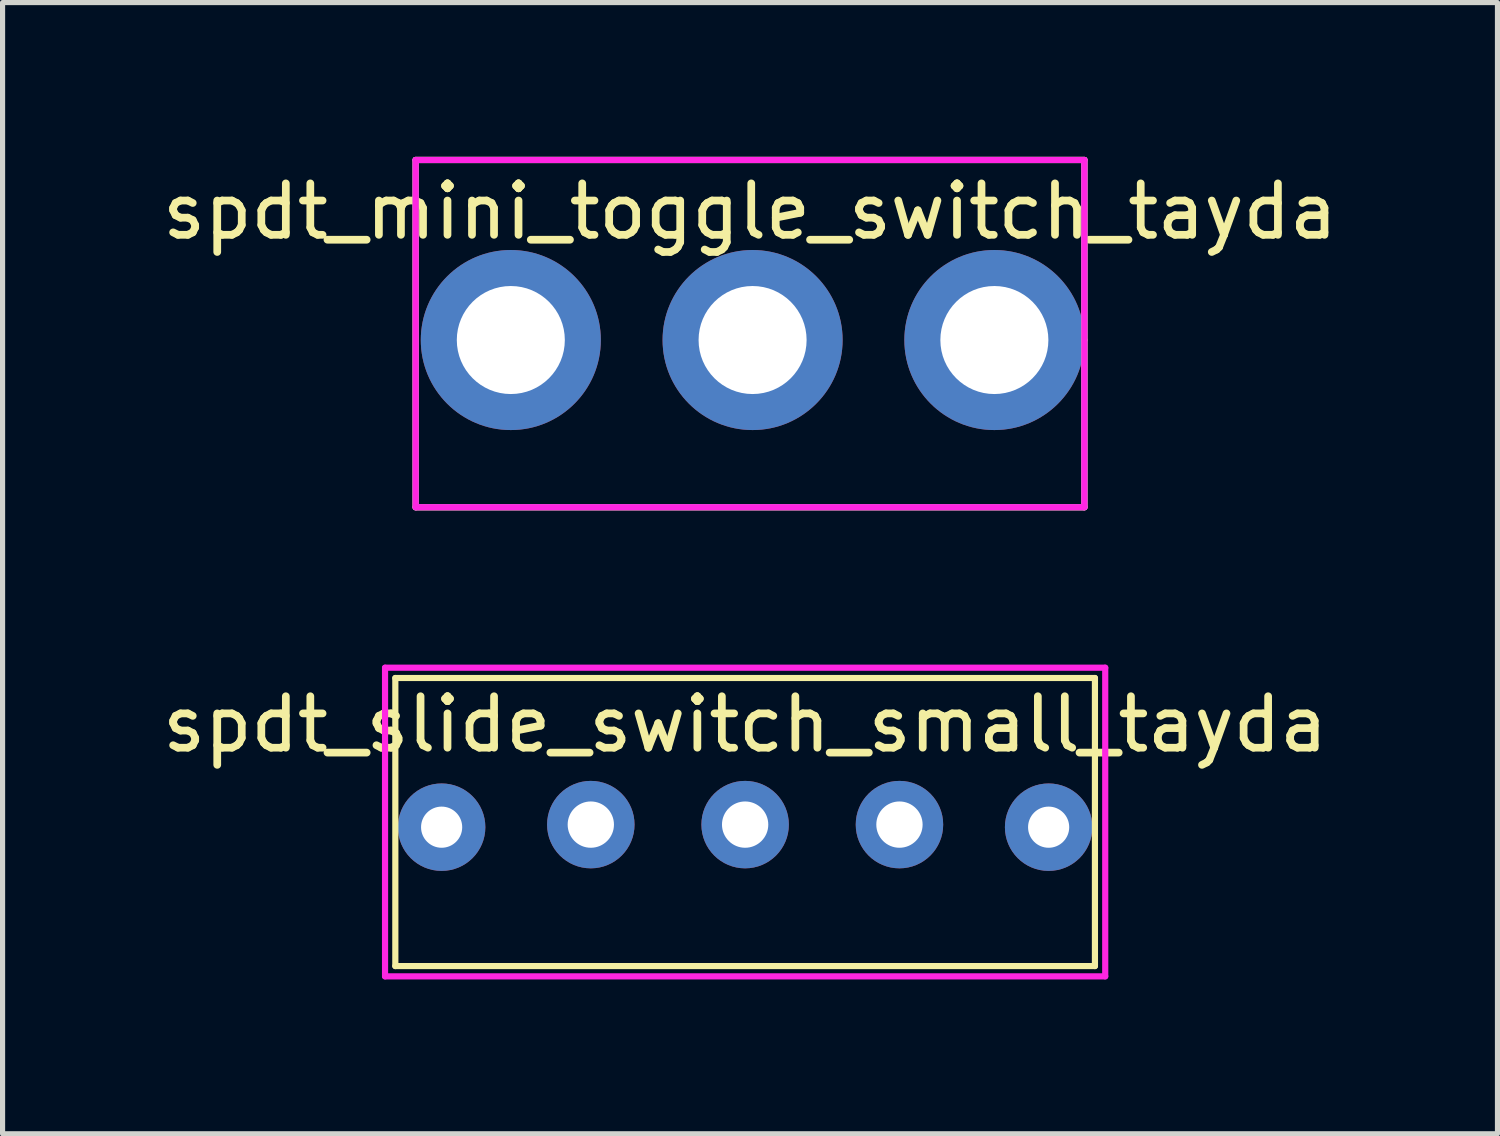
<source format=kicad_pcb>
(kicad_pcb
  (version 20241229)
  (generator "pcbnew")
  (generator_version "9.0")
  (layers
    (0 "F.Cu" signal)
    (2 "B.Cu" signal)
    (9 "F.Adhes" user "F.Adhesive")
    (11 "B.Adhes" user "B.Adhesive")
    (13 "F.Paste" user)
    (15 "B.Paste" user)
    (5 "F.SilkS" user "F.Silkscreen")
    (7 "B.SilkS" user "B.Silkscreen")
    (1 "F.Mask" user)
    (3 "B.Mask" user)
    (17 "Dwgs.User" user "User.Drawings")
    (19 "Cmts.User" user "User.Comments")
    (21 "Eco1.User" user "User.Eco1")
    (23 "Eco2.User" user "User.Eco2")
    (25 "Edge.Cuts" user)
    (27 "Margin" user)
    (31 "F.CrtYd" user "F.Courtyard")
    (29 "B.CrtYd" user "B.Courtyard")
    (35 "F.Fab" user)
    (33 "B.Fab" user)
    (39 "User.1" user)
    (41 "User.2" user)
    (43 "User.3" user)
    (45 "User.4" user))
  (footprint "spdt_slide_switch_small_tayda"
    (layer "F.Cu")
    (at 11.385 12.88)
    (property "Reference" "spdt_slide_switch_small_tayda" (at 0.05 -1.85 0) (layer "F.SilkS") (effects (font (size 1 1) (thickness 0.15))))
    (attr through_hole)
    (fp_line (start -6.75 -2.75) (end 6.85 -2.75) (stroke (width 0.12) (type solid)) (layer "F.SilkS"))
    (fp_line (start -6.75 2.85) (end -6.75 -2.75) (stroke (width 0.12) (type solid)) (layer "F.SilkS"))
    (fp_line (start 6.85 -2.75) (end 6.85 2.85) (stroke (width 0.12) (type solid)) (layer "F.SilkS"))
    (fp_line (start 6.85 2.85) (end -6.75 2.85) (stroke (width 0.12) (type solid)) (layer "F.SilkS"))
    (fp_line (start -6.95 -2.95) (end 7.05 -2.95) (stroke (width 0.12) (type solid)) (layer "F.CrtYd"))
    (fp_line (start -6.95 3.05) (end -6.95 -2.95) (stroke (width 0.12) (type solid)) (layer "F.CrtYd"))
    (fp_line (start 7.05 -2.95) (end 7.05 3.05) (stroke (width 0.12) (type solid)) (layer "F.CrtYd"))
    (fp_line (start 7.05 3.05) (end -6.95 3.05) (stroke (width 0.12) (type solid)) (layer "F.CrtYd"))
    (pad "" thru_hole circle (at -5.85 0.15) (size 1.7 1.7) (drill 0.8) (layers "*.Cu" "*.Mask"))
    (pad "" thru_hole circle (at 5.95 0.15) (size 1.7 1.7) (drill 0.8) (layers "*.Cu" "*.Mask"))
    (pad "1" thru_hole circle (at -2.95 0.1) (size 1.7 1.7) (drill 0.9) (layers "*.Cu" "*.Mask"))
    (pad "2" thru_hole circle (at 0.05 0.1) (size 1.7 1.7) (drill 0.9) (layers "*.Cu" "*.Mask"))
    (pad "3" thru_hole circle (at 3.05 0.1) (size 1.7 1.7) (drill 0.9) (layers "*.Cu" "*.Mask")))
  (footprint "spdt_mini_toggle_switch_tayda"
    (layer "F.Cu")
    (at 11.33 3.46)
    (property "Reference" "spdt_mini_toggle_switch_tayda" (at 0.2 -2.4 0) (layer "F.SilkS") (effects (font (size 1 1) (thickness 0.15))))
    (attr through_hole)
    (fp_line (start -6.3 -3.4) (end 6.7 -3.4) (stroke (width 0.12) (type solid)) (layer "F.SilkS"))
    (fp_line (start -6.3 3.35) (end -6.3 -3.4) (stroke (width 0.12) (type solid)) (layer "F.SilkS"))
    (fp_line (start 6.7 -3.4) (end 6.7 0.1) (stroke (width 0.12) (type solid)) (layer "F.SilkS"))
    (fp_line (start 6.7 0.1) (end 6.7 3.35) (stroke (width 0.12) (type solid)) (layer "F.SilkS"))
    (fp_line (start 6.7 3.35) (end -6.3 3.35) (stroke (width 0.12) (type solid)) (layer "F.SilkS"))
    (fp_line (start -6.3 -3.4) (end 6.7 -3.4) (stroke (width 0.12) (type solid)) (layer "F.CrtYd"))
    (fp_line (start -6.3 3.35) (end -6.3 -3.4) (stroke (width 0.12) (type solid)) (layer "F.CrtYd"))
    (fp_line (start 6.7 -3.4) (end 6.7 3.35) (stroke (width 0.12) (type solid)) (layer "F.CrtYd"))
    (fp_line (start 6.7 3.35) (end -6.3 3.35) (stroke (width 0.12) (type solid)) (layer "F.CrtYd"))
    (fp_line (start -6.3 -3.4) (end 6.7 -3.4) (stroke (width 0.12) (type solid)) (layer "F.Fab"))
    (fp_line (start -6.3 3.35) (end -6.3 -3.4) (stroke (width 0.12) (type solid)) (layer "F.Fab"))
    (fp_line (start 6.7 -3.4) (end 6.7 3.35) (stroke (width 0.12) (type solid)) (layer "F.Fab"))
    (fp_line (start 6.7 3.35) (end -6.3 3.35) (stroke (width 0.12) (type solid)) (layer "F.Fab"))
    (pad "1" thru_hole circle (at -4.45 0.1) (size 3.5 3.5) (drill 2.1) (layers "*.Cu" "*.Mask"))
    (pad "2" thru_hole circle (at 0.25 0.1) (size 3.5 3.5) (drill 2.1) (layers "*.Cu" "*.Mask"))
    (pad "3" thru_hole circle (at 4.95 0.1) (size 3.5 3.5) (drill 2.1) (layers "*.Cu" "*.Mask")))
  (gr_rect
    (start -3 -3)
    (end 26.06 18.99)
    (stroke (width 0.1) (type default))
    (fill no)
    (layer "Edge.Cuts")))
</source>
